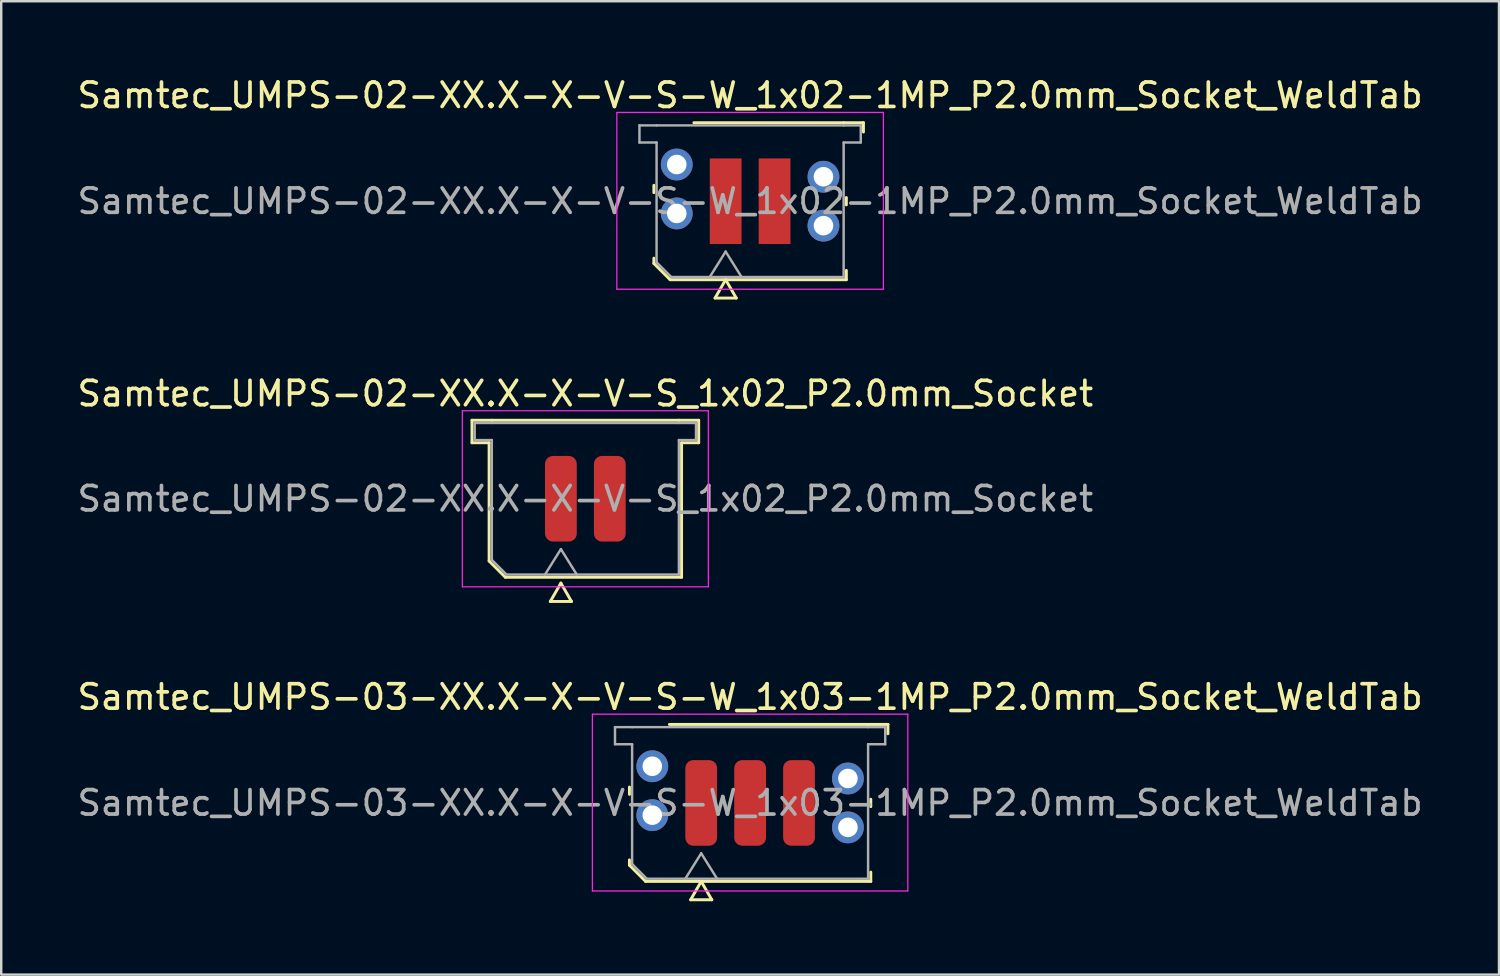
<source format=kicad_pcb>
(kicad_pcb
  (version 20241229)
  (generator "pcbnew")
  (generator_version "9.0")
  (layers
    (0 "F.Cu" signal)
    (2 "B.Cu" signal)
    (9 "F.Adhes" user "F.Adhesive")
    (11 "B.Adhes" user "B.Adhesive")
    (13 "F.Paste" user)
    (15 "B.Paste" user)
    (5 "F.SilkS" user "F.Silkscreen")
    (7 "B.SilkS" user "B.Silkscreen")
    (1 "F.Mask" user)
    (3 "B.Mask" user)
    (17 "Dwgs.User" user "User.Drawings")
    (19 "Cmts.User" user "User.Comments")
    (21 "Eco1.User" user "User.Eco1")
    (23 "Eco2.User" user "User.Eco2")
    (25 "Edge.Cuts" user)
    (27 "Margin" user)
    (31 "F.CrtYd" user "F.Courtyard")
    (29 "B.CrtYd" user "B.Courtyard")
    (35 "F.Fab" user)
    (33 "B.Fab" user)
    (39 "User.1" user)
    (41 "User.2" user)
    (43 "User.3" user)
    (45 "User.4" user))
  (footprint "Samtec_UMPS-02-XX.X-X-V-S-W_1x02-1MP_P2.0mm_Socket_WeldTab"
    (layer "F.Cu")
    (at 27.625 5.178)
    (property "Reference" "Samtec_UMPS-02-XX.X-X-V-S-W_1x02-1MP_P2.0mm_Socket_WeldTab" (at 0 -4.33 0) (layer "F.SilkS") (effects (font (size 1 1) (thickness 0.15))))
    (attr smd)
    (fp_line (start -3.935 -0.35) (end -3.935 -0.65) (stroke (width 0.12) (type solid)) (layer "F.SilkS"))
    (fp_line (start -3.935 2.546) (end -3.935 2.33) (stroke (width 0.12) (type solid)) (layer "F.SilkS"))
    (fp_line (start -3.271 3.21) (end -3.935 2.546) (stroke (width 0.12) (type solid)) (layer "F.SilkS"))
    (fp_line (start -2.3 -3.21) (end 3.825 -3.21) (stroke (width 0.12) (type solid)) (layer "F.SilkS"))
    (fp_line (start -1.433 3.96) (end -1 3.21) (stroke (width 0.12) (type solid)) (layer "F.SilkS"))
    (fp_line (start -1 3.21) (end -0.567 3.96) (stroke (width 0.12) (type solid)) (layer "F.SilkS"))
    (fp_line (start -0.567 3.96) (end -1.433 3.96) (stroke (width 0.12) (type solid)) (layer "F.SilkS"))
    (fp_line (start 3.825 -3.21) (end 4.635 -3.21) (stroke (width 0.12) (type solid)) (layer "F.SilkS"))
    (fp_line (start 3.935 -0.15) (end 3.935 0.15) (stroke (width 0.12) (type solid)) (layer "F.SilkS"))
    (fp_line (start 3.935 2.83) (end 3.935 3.21) (stroke (width 0.12) (type solid)) (layer "F.SilkS"))
    (fp_line (start 3.935 3.21) (end -3.271 3.21) (stroke (width 0.12) (type solid)) (layer "F.SilkS"))
    (fp_line (start 4.635 -3.21) (end 4.635 -2.83) (stroke (width 0.12) (type solid)) (layer "F.SilkS"))
    (fp_line (start -5.45 -3.63) (end -5.45 3.6) (stroke (width 0.05) (type solid)) (layer "F.CrtYd"))
    (fp_line (start -5.45 3.6) (end 5.45 3.6) (stroke (width 0.05) (type solid)) (layer "F.CrtYd"))
    (fp_line (start 5.45 -3.63) (end -5.45 -3.63) (stroke (width 0.05) (type solid)) (layer "F.CrtYd"))
    (fp_line (start 5.45 3.6) (end 5.45 -3.63) (stroke (width 0.05) (type solid)) (layer "F.CrtYd"))
    (fp_line (start -4.525 -3.1) (end -3.825 -3.1) (stroke (width 0.1) (type solid)) (layer "F.Fab"))
    (fp_line (start -4.525 -2.4) (end -4.525 -3.1) (stroke (width 0.1) (type solid)) (layer "F.Fab"))
    (fp_line (start -3.825 -3.1) (end 3.825 -3.1) (stroke (width 0.1) (type solid)) (layer "F.Fab"))
    (fp_line (start -3.825 -2.4) (end -4.525 -2.4) (stroke (width 0.1) (type solid)) (layer "F.Fab"))
    (fp_line (start -3.825 2.5) (end -3.825 -2.4) (stroke (width 0.1) (type solid)) (layer "F.Fab"))
    (fp_line (start -3.225 3.1) (end -3.825 2.5) (stroke (width 0.1) (type solid)) (layer "F.Fab"))
    (fp_line (start -1 2.06) (end -1.65 3.1) (stroke (width 0.1) (type solid)) (layer "F.Fab"))
    (fp_line (start -1 2.06) (end -0.35 3.1) (stroke (width 0.1) (type solid)) (layer "F.Fab"))
    (fp_line (start 3.825 -3.1) (end 4.525 -3.1) (stroke (width 0.1) (type solid)) (layer "F.Fab"))
    (fp_line (start 3.825 -2.4) (end 3.825 3.1) (stroke (width 0.1) (type solid)) (layer "F.Fab"))
    (fp_line (start 3.825 3.1) (end -3.225 3.1) (stroke (width 0.1) (type solid)) (layer "F.Fab"))
    (fp_line (start 4.525 -3.1) (end 4.525 -2.4) (stroke (width 0.1) (type solid)) (layer "F.Fab"))
    (fp_line (start 4.525 -2.4) (end 3.825 -2.4) (stroke (width 0.1) (type solid)) (layer "F.Fab"))
    (fp_text user "${REFERENCE}" (at 0 0 0) (layer "F.Fab") (effects (font (size 1 1) (thickness 0.15))))
    (pad "" smd rect (at -3.725 -1.99) (size 2.45 2.28) (layers "F.Paste"))
    (pad "" smd rect (at -3.725 0.99) (size 2.45 2.28) (layers "F.Paste"))
    (pad "" smd rect (at 3.725 -1.49) (size 2.45 2.28) (layers "F.Paste"))
    (pad "" smd rect (at 3.725 1.49) (size 2.45 2.28) (layers "F.Paste"))
    (pad "1" smd rect (at -1 0) (size 1.3 3.5) (layers "F.Cu" "F.Mask" "F.Paste"))
    (pad "2" smd rect (at 1 0) (size 1.3 3.5) (layers "F.Cu" "F.Mask" "F.Paste"))
    (pad "MP" thru_hole circle (at -3 -1.5) (size 1.3 1.3) (drill 0.8) (layers "*.Cu" "*.Mask"))
    (pad "MP" thru_hole circle (at -3 0.5) (size 1.3 1.3) (drill 0.8) (layers "*.Cu" "*.Mask"))
    (pad "MP" thru_hole circle (at 3 -1) (size 1.3 1.3) (drill 0.8) (layers "*.Cu" "*.Mask"))
    (pad "MP" thru_hole circle (at 3 1) (size 1.3 1.3) (drill 0.8) (layers "*.Cu" "*.Mask")))
  (footprint "Samtec_UMPS-03-XX.X-X-V-S-W_1x03-1MP_P2.0mm_Socket_WeldTab"
    (layer "F.Cu")
    (at 27.625 29.785)
    (property "Reference" "Samtec_UMPS-03-XX.X-X-V-S-W_1x03-1MP_P2.0mm_Socket_WeldTab" (at 0 -4.33 0) (layer "F.SilkS") (effects (font (size 1 1) (thickness 0.15))))
    (attr smd)
    (fp_line (start -4.935 -0.35) (end -4.935 -0.65) (stroke (width 0.12) (type solid)) (layer "F.SilkS"))
    (fp_line (start -4.935 2.546) (end -4.935 2.33) (stroke (width 0.12) (type solid)) (layer "F.SilkS"))
    (fp_line (start -4.271 3.21) (end -4.935 2.546) (stroke (width 0.12) (type solid)) (layer "F.SilkS"))
    (fp_line (start -3.3 -3.21) (end 4.825 -3.21) (stroke (width 0.12) (type solid)) (layer "F.SilkS"))
    (fp_line (start -2.433 3.96) (end -2 3.21) (stroke (width 0.12) (type solid)) (layer "F.SilkS"))
    (fp_line (start -2 3.21) (end -1.567 3.96) (stroke (width 0.12) (type solid)) (layer "F.SilkS"))
    (fp_line (start -1.567 3.96) (end -2.433 3.96) (stroke (width 0.12) (type solid)) (layer "F.SilkS"))
    (fp_line (start 4.825 -3.21) (end 5.635 -3.21) (stroke (width 0.12) (type solid)) (layer "F.SilkS"))
    (fp_line (start 4.935 -0.15) (end 4.935 0.15) (stroke (width 0.12) (type solid)) (layer "F.SilkS"))
    (fp_line (start 4.935 2.83) (end 4.935 3.21) (stroke (width 0.12) (type solid)) (layer "F.SilkS"))
    (fp_line (start 4.935 3.21) (end -4.271 3.21) (stroke (width 0.12) (type solid)) (layer "F.SilkS"))
    (fp_line (start 5.635 -3.21) (end 5.635 -2.83) (stroke (width 0.12) (type solid)) (layer "F.SilkS"))
    (fp_line (start -6.45 -3.63) (end -6.45 3.6) (stroke (width 0.05) (type solid)) (layer "F.CrtYd"))
    (fp_line (start -6.45 3.6) (end 6.45 3.6) (stroke (width 0.05) (type solid)) (layer "F.CrtYd"))
    (fp_line (start 6.45 -3.63) (end -6.45 -3.63) (stroke (width 0.05) (type solid)) (layer "F.CrtYd"))
    (fp_line (start 6.45 3.6) (end 6.45 -3.63) (stroke (width 0.05) (type solid)) (layer "F.CrtYd"))
    (fp_line (start -5.525 -3.1) (end -4.825 -3.1) (stroke (width 0.1) (type solid)) (layer "F.Fab"))
    (fp_line (start -5.525 -2.4) (end -5.525 -3.1) (stroke (width 0.1) (type solid)) (layer "F.Fab"))
    (fp_line (start -4.825 -3.1) (end 4.825 -3.1) (stroke (width 0.1) (type solid)) (layer "F.Fab"))
    (fp_line (start -4.825 -2.4) (end -5.525 -2.4) (stroke (width 0.1) (type solid)) (layer "F.Fab"))
    (fp_line (start -4.825 2.5) (end -4.825 -2.4) (stroke (width 0.1) (type solid)) (layer "F.Fab"))
    (fp_line (start -4.225 3.1) (end -4.825 2.5) (stroke (width 0.1) (type solid)) (layer "F.Fab"))
    (fp_line (start -2 2.06) (end -2.65 3.1) (stroke (width 0.1) (type solid)) (layer "F.Fab"))
    (fp_line (start -2 2.06) (end -1.35 3.1) (stroke (width 0.1) (type solid)) (layer "F.Fab"))
    (fp_line (start 4.825 -3.1) (end 5.525 -3.1) (stroke (width 0.1) (type solid)) (layer "F.Fab"))
    (fp_line (start 4.825 -2.4) (end 4.825 3.1) (stroke (width 0.1) (type solid)) (layer "F.Fab"))
    (fp_line (start 4.825 3.1) (end -4.225 3.1) (stroke (width 0.1) (type solid)) (layer "F.Fab"))
    (fp_line (start 5.525 -3.1) (end 5.525 -2.4) (stroke (width 0.1) (type solid)) (layer "F.Fab"))
    (fp_line (start 5.525 -2.4) (end 4.825 -2.4) (stroke (width 0.1) (type solid)) (layer "F.Fab"))
    (fp_text user "${REFERENCE}" (at 0 0 0) (layer "F.Fab") (effects (font (size 1 1) (thickness 0.15))))
    (pad "" smd rect (at -4.725 -1.99) (size 2.45 2.28) (layers "F.Paste"))
    (pad "" smd rect (at -4.725 0.99) (size 2.45 2.28) (layers "F.Paste"))
    (pad "" smd rect (at 4.725 -1.49) (size 2.45 2.28) (layers "F.Paste"))
    (pad "" smd rect (at 4.725 1.49) (size 2.45 2.28) (layers "F.Paste"))
    (pad "1" smd roundrect (at -2 0) (size 1.3 3.5) (layers "F.Cu" "F.Mask" "F.Paste") (roundrect_rratio 0.25))
    (pad "2" smd roundrect (at 0 0) (size 1.3 3.5) (layers "F.Cu" "F.Mask" "F.Paste") (roundrect_rratio 0.25))
    (pad "3" smd roundrect (at 2 0) (size 1.3 3.5) (layers "F.Cu" "F.Mask" "F.Paste") (roundrect_rratio 0.25))
    (pad "MP" thru_hole circle (at -4 -1.5) (size 1.3 1.3) (drill 0.8) (layers "*.Cu" "*.Mask"))
    (pad "MP" thru_hole circle (at -4 0.5) (size 1.3 1.3) (drill 0.8) (layers "*.Cu" "*.Mask"))
    (pad "MP" thru_hole circle (at 4 -1) (size 1.3 1.3) (drill 0.8) (layers "*.Cu" "*.Mask"))
    (pad "MP" thru_hole circle (at 4 1) (size 1.3 1.3) (drill 0.8) (layers "*.Cu" "*.Mask")))
  (footprint "Samtec_UMPS-02-XX.X-X-V-S_1x02_P2.0mm_Socket"
    (layer "F.Cu")
    (at 20.887 17.346)
    (property "Reference" "Samtec_UMPS-02-XX.X-X-V-S_1x02_P2.0mm_Socket" (at 0 -4.3 0) (layer "F.SilkS") (effects (font (size 1 1) (thickness 0.15))))
    (attr smd)
    (fp_line (start -4.635 -3.21) (end -3.825 -3.21) (stroke (width 0.12) (type solid)) (layer "F.SilkS"))
    (fp_line (start -4.635 -2.29) (end -4.635 -3.21) (stroke (width 0.12) (type solid)) (layer "F.SilkS"))
    (fp_line (start -3.935 -2.29) (end -4.635 -2.29) (stroke (width 0.12) (type solid)) (layer "F.SilkS"))
    (fp_line (start -3.935 2.546) (end -3.935 -2.29) (stroke (width 0.12) (type solid)) (layer "F.SilkS"))
    (fp_line (start -3.825 -3.21) (end 3.825 -3.21) (stroke (width 0.12) (type solid)) (layer "F.SilkS"))
    (fp_line (start -3.271 3.21) (end -3.935 2.546) (stroke (width 0.12) (type solid)) (layer "F.SilkS"))
    (fp_line (start -1.433 4.2) (end -1 3.45) (stroke (width 0.12) (type solid)) (layer "F.SilkS"))
    (fp_line (start -1 3.45) (end -0.567 4.2) (stroke (width 0.12) (type solid)) (layer "F.SilkS"))
    (fp_line (start -0.567 4.2) (end -1.433 4.2) (stroke (width 0.12) (type solid)) (layer "F.SilkS"))
    (fp_line (start 3.825 -3.21) (end 4.635 -3.21) (stroke (width 0.12) (type solid)) (layer "F.SilkS"))
    (fp_line (start 3.935 -2.29) (end 3.935 3.21) (stroke (width 0.12) (type solid)) (layer "F.SilkS"))
    (fp_line (start 3.935 3.21) (end -3.271 3.21) (stroke (width 0.12) (type solid)) (layer "F.SilkS"))
    (fp_line (start 4.635 -3.21) (end 4.635 -2.29) (stroke (width 0.12) (type solid)) (layer "F.SilkS"))
    (fp_line (start 4.635 -2.29) (end 3.935 -2.29) (stroke (width 0.12) (type solid)) (layer "F.SilkS"))
    (fp_line (start -5.03 -3.6) (end -5.03 3.6) (stroke (width 0.05) (type solid)) (layer "F.CrtYd"))
    (fp_line (start -5.03 3.6) (end 5.03 3.6) (stroke (width 0.05) (type solid)) (layer "F.CrtYd"))
    (fp_line (start 5.03 -3.6) (end -5.03 -3.6) (stroke (width 0.05) (type solid)) (layer "F.CrtYd"))
    (fp_line (start 5.03 3.6) (end 5.03 -3.6) (stroke (width 0.05) (type solid)) (layer "F.CrtYd"))
    (fp_line (start -4.525 -3.1) (end -3.825 -3.1) (stroke (width 0.1) (type solid)) (layer "F.Fab"))
    (fp_line (start -4.525 -2.4) (end -4.525 -3.1) (stroke (width 0.1) (type solid)) (layer "F.Fab"))
    (fp_line (start -3.825 -3.1) (end 3.825 -3.1) (stroke (width 0.1) (type solid)) (layer "F.Fab"))
    (fp_line (start -3.825 -2.4) (end -4.525 -2.4) (stroke (width 0.1) (type solid)) (layer "F.Fab"))
    (fp_line (start -3.825 2.5) (end -3.825 -2.4) (stroke (width 0.1) (type solid)) (layer "F.Fab"))
    (fp_line (start -3.225 3.1) (end -3.825 2.5) (stroke (width 0.1) (type solid)) (layer "F.Fab"))
    (fp_line (start -1 2.06) (end -1.65 3.1) (stroke (width 0.1) (type solid)) (layer "F.Fab"))
    (fp_line (start -1 2.06) (end -0.35 3.1) (stroke (width 0.1) (type solid)) (layer "F.Fab"))
    (fp_line (start 3.825 -3.1) (end 4.525 -3.1) (stroke (width 0.1) (type solid)) (layer "F.Fab"))
    (fp_line (start 3.825 -2.4) (end 3.825 3.1) (stroke (width 0.1) (type solid)) (layer "F.Fab"))
    (fp_line (start 3.825 3.1) (end -3.225 3.1) (stroke (width 0.1) (type solid)) (layer "F.Fab"))
    (fp_line (start 4.525 -3.1) (end 4.525 -2.4) (stroke (width 0.1) (type solid)) (layer "F.Fab"))
    (fp_line (start 4.525 -2.4) (end 3.825 -2.4) (stroke (width 0.1) (type solid)) (layer "F.Fab"))
    (fp_text user "${REFERENCE}" (at 0 0 0) (layer "F.Fab") (effects (font (size 1 1) (thickness 0.15))))
    (pad "1" smd roundrect (at -1 0) (size 1.3 3.5) (layers "F.Cu" "F.Mask" "F.Paste") (roundrect_rratio 0.25))
    (pad "2" smd roundrect (at 1 0) (size 1.3 3.5) (layers "F.Cu" "F.Mask" "F.Paste") (roundrect_rratio 0.25)))
  (gr_rect
    (start -3 -3)
    (end 58.25 36.805)
    (stroke (width 0.1) (type default))
    (fill no)
    (layer "Edge.Cuts")))
</source>
